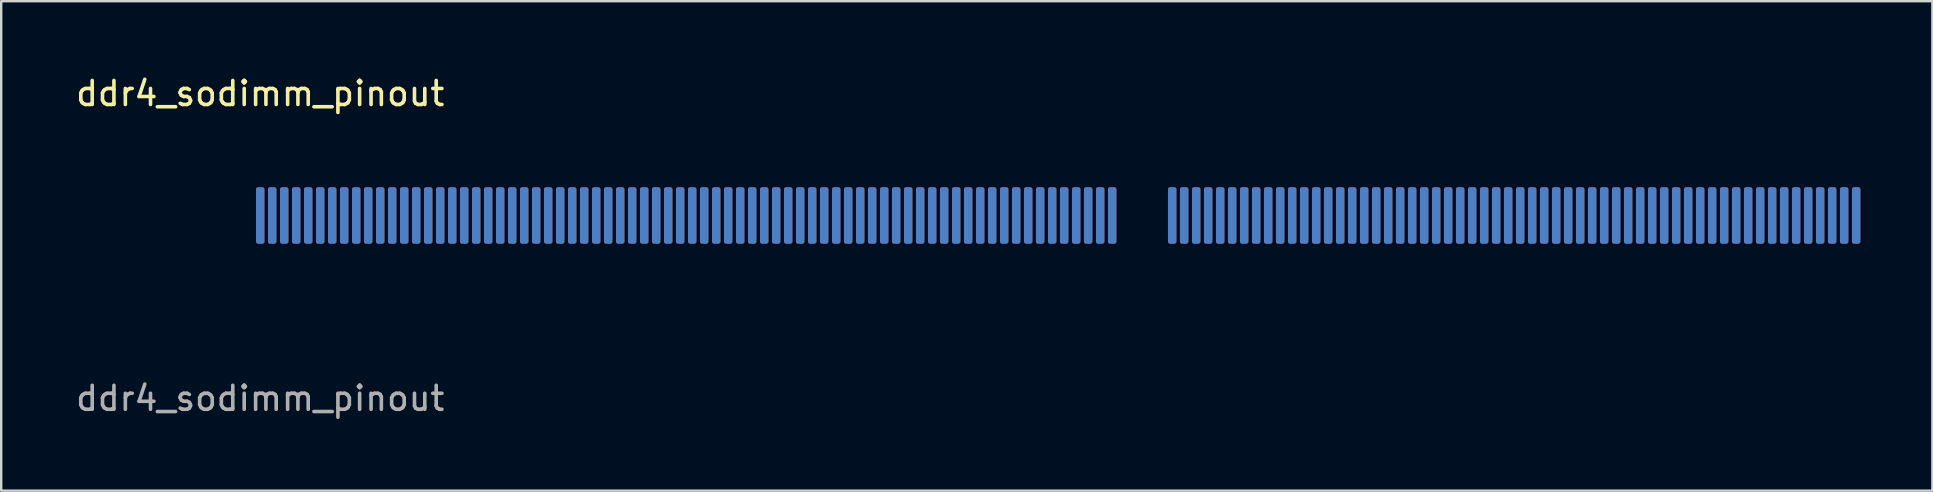
<source format=kicad_pcb>
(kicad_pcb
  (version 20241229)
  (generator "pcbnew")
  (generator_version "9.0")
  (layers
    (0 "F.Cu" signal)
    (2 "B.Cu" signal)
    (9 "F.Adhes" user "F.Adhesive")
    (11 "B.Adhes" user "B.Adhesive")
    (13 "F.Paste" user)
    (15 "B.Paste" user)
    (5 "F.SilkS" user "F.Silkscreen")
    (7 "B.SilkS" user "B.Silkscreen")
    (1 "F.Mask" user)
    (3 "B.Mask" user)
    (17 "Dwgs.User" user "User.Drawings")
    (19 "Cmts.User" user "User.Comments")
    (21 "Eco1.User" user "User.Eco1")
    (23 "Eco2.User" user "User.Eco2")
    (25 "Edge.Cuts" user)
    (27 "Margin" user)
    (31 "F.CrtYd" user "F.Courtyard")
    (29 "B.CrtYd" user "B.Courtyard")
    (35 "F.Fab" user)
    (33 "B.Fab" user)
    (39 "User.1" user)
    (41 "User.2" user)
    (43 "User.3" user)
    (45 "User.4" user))
  (footprint "ddr4_sodimm_pinout"
    (layer "F.Cu")
    (at 7.792 5.928)
    (property "Reference" "ddr4_sodimm_pinout" (at 0 -5.08 0) (unlocked yes) (layer "F.SilkS") (effects (font (size 1 1) (thickness 0.15))))
    (attr smd)
    (fp_text user "${REFERENCE}" (at 0 7.62 0) (unlocked yes) (layer "F.Fab") (effects (font (size 1 1) (thickness 0.15))))
    (pad "1" smd roundrect (at 0 0) (size 0.35 2.35) (layers "F.Cu" "F.Mask" "F.Paste") (roundrect_rratio 0.25))
    (pad "2" smd roundrect (at 0 0) (size 0.35 2.35) (layers "B.Cu" "B.Mask" "B.Paste") (roundrect_rratio 0.25))
    (pad "3" smd roundrect (at 0.5 0) (size 0.35 2.35) (layers "F.Cu" "F.Mask" "F.Paste") (roundrect_rratio 0.25))
    (pad "4" smd roundrect (at 0.5 0) (size 0.35 2.35) (layers "B.Cu" "B.Mask" "B.Paste") (roundrect_rratio 0.25))
    (pad "5" smd roundrect (at 1 0) (size 0.35 2.35) (layers "F.Cu" "F.Mask" "F.Paste") (roundrect_rratio 0.25))
    (pad "6" smd roundrect (at 1 0) (size 0.35 2.35) (layers "B.Cu" "B.Mask" "B.Paste") (roundrect_rratio 0.25))
    (pad "7" smd roundrect (at 1.5 0) (size 0.35 2.35) (layers "F.Cu" "F.Mask" "F.Paste") (roundrect_rratio 0.25))
    (pad "8" smd roundrect (at 1.5 0) (size 0.35 2.35) (layers "B.Cu" "B.Mask" "B.Paste") (roundrect_rratio 0.25))
    (pad "9" smd roundrect (at 2 0) (size 0.35 2.35) (layers "F.Cu" "F.Mask" "F.Paste") (roundrect_rratio 0.25))
    (pad "10" smd roundrect (at 2 0) (size 0.35 2.35) (layers "B.Cu" "B.Mask" "B.Paste") (roundrect_rratio 0.25))
    (pad "11" smd roundrect (at 2.5 0) (size 0.35 2.35) (layers "F.Cu" "F.Mask" "F.Paste") (roundrect_rratio 0.25))
    (pad "12" smd roundrect (at 2.5 0) (size 0.35 2.35) (layers "B.Cu" "B.Mask" "B.Paste") (roundrect_rratio 0.25))
    (pad "13" smd roundrect (at 3 0) (size 0.35 2.35) (layers "F.Cu" "F.Mask" "F.Paste") (roundrect_rratio 0.25))
    (pad "14" smd roundrect (at 3 0) (size 0.35 2.35) (layers "B.Cu" "B.Mask" "B.Paste") (roundrect_rratio 0.25))
    (pad "15" smd roundrect (at 3.5 0) (size 0.35 2.35) (layers "F.Cu" "F.Mask" "F.Paste") (roundrect_rratio 0.25))
    (pad "16" smd roundrect (at 3.5 0) (size 0.35 2.35) (layers "B.Cu" "B.Mask" "B.Paste") (roundrect_rratio 0.25))
    (pad "17" smd roundrect (at 4 0) (size 0.35 2.35) (layers "F.Cu" "F.Mask" "F.Paste") (roundrect_rratio 0.25))
    (pad "18" smd roundrect (at 4 0) (size 0.35 2.35) (layers "B.Cu" "B.Mask" "B.Paste") (roundrect_rratio 0.25))
    (pad "19" smd roundrect (at 4.5 0) (size 0.35 2.35) (layers "F.Cu" "F.Mask" "F.Paste") (roundrect_rratio 0.25))
    (pad "20" smd roundrect (at 4.5 0) (size 0.35 2.35) (layers "B.Cu" "B.Mask" "B.Paste") (roundrect_rratio 0.25))
    (pad "21" smd roundrect (at 5 0) (size 0.35 2.35) (layers "F.Cu" "F.Mask" "F.Paste") (roundrect_rratio 0.25))
    (pad "22" smd roundrect (at 5 0) (size 0.35 2.35) (layers "B.Cu" "B.Mask" "B.Paste") (roundrect_rratio 0.25))
    (pad "23" smd roundrect (at 5.5 0) (size 0.35 2.35) (layers "F.Cu" "F.Mask" "F.Paste") (roundrect_rratio 0.25))
    (pad "24" smd roundrect (at 5.5 0) (size 0.35 2.35) (layers "B.Cu" "B.Mask" "B.Paste") (roundrect_rratio 0.25))
    (pad "25" smd roundrect (at 6 0) (size 0.35 2.35) (layers "F.Cu" "F.Mask" "F.Paste") (roundrect_rratio 0.25))
    (pad "26" smd roundrect (at 6 0) (size 0.35 2.35) (layers "B.Cu" "B.Mask" "B.Paste") (roundrect_rratio 0.25))
    (pad "27" smd roundrect (at 6.5 0) (size 0.35 2.35) (layers "F.Cu" "F.Mask" "F.Paste") (roundrect_rratio 0.25))
    (pad "28" smd roundrect (at 6.5 0) (size 0.35 2.35) (layers "B.Cu" "B.Mask" "B.Paste") (roundrect_rratio 0.25))
    (pad "29" smd roundrect (at 7 0) (size 0.35 2.35) (layers "F.Cu" "F.Mask" "F.Paste") (roundrect_rratio 0.25))
    (pad "30" smd roundrect (at 7 0) (size 0.35 2.35) (layers "B.Cu" "B.Mask" "B.Paste") (roundrect_rratio 0.25))
    (pad "31" smd roundrect (at 7.5 0) (size 0.35 2.35) (layers "F.Cu" "F.Mask" "F.Paste") (roundrect_rratio 0.25))
    (pad "32" smd roundrect (at 7.5 0) (size 0.35 2.35) (layers "B.Cu" "B.Mask" "B.Paste") (roundrect_rratio 0.25))
    (pad "33" smd roundrect (at 8 0) (size 0.35 2.35) (layers "F.Cu" "F.Mask" "F.Paste") (roundrect_rratio 0.25))
    (pad "34" smd roundrect (at 8 0) (size 0.35 2.35) (layers "B.Cu" "B.Mask" "B.Paste") (roundrect_rratio 0.25))
    (pad "35" smd roundrect (at 8.5 0) (size 0.35 2.35) (layers "F.Cu" "F.Mask" "F.Paste") (roundrect_rratio 0.25))
    (pad "36" smd roundrect (at 8.5 0) (size 0.35 2.35) (layers "B.Cu" "B.Mask" "B.Paste") (roundrect_rratio 0.25))
    (pad "37" smd roundrect (at 9 0) (size 0.35 2.35) (layers "F.Cu" "F.Mask" "F.Paste") (roundrect_rratio 0.25))
    (pad "38" smd roundrect (at 9 0) (size 0.35 2.35) (layers "B.Cu" "B.Mask" "B.Paste") (roundrect_rratio 0.25))
    (pad "39" smd roundrect (at 9.5 0) (size 0.35 2.35) (layers "F.Cu" "F.Mask" "F.Paste") (roundrect_rratio 0.25))
    (pad "40" smd roundrect (at 9.5 0) (size 0.35 2.35) (layers "B.Cu" "B.Mask" "B.Paste") (roundrect_rratio 0.25))
    (pad "41" smd roundrect (at 10 0) (size 0.35 2.35) (layers "F.Cu" "F.Mask" "F.Paste") (roundrect_rratio 0.25))
    (pad "42" smd roundrect (at 10 0) (size 0.35 2.35) (layers "B.Cu" "B.Mask" "B.Paste") (roundrect_rratio 0.25))
    (pad "43" smd roundrect (at 10.5 0) (size 0.35 2.35) (layers "F.Cu" "F.Mask" "F.Paste") (roundrect_rratio 0.25))
    (pad "44" smd roundrect (at 10.5 0) (size 0.35 2.35) (layers "B.Cu" "B.Mask" "B.Paste") (roundrect_rratio 0.25))
    (pad "45" smd roundrect (at 11 0) (size 0.35 2.35) (layers "F.Cu" "F.Mask" "F.Paste") (roundrect_rratio 0.25))
    (pad "46" smd roundrect (at 11 0) (size 0.35 2.35) (layers "B.Cu" "B.Mask" "B.Paste") (roundrect_rratio 0.25))
    (pad "47" smd roundrect (at 11.5 0) (size 0.35 2.35) (layers "F.Cu" "F.Mask" "F.Paste") (roundrect_rratio 0.25))
    (pad "48" smd roundrect (at 11.5 0) (size 0.35 2.35) (layers "B.Cu" "B.Mask" "B.Paste") (roundrect_rratio 0.25))
    (pad "49" smd roundrect (at 12 0) (size 0.35 2.35) (layers "F.Cu" "F.Mask" "F.Paste") (roundrect_rratio 0.25))
    (pad "50" smd roundrect (at 12 0) (size 0.35 2.35) (layers "B.Cu" "B.Mask" "B.Paste") (roundrect_rratio 0.25))
    (pad "51" smd roundrect (at 12.5 0) (size 0.35 2.35) (layers "F.Cu" "F.Mask" "F.Paste") (roundrect_rratio 0.25))
    (pad "52" smd roundrect (at 12.5 0) (size 0.35 2.35) (layers "B.Cu" "B.Mask" "B.Paste") (roundrect_rratio 0.25))
    (pad "53" smd roundrect (at 13 0) (size 0.35 2.35) (layers "F.Cu" "F.Mask" "F.Paste") (roundrect_rratio 0.25))
    (pad "54" smd roundrect (at 13 0) (size 0.35 2.35) (layers "B.Cu" "B.Mask" "B.Paste") (roundrect_rratio 0.25))
    (pad "55" smd roundrect (at 13.5 0) (size 0.35 2.35) (layers "F.Cu" "F.Mask" "F.Paste") (roundrect_rratio 0.25))
    (pad "56" smd roundrect (at 13.5 0) (size 0.35 2.35) (layers "B.Cu" "B.Mask" "B.Paste") (roundrect_rratio 0.25))
    (pad "57" smd roundrect (at 14 0) (size 0.35 2.35) (layers "F.Cu" "F.Mask" "F.Paste") (roundrect_rratio 0.25))
    (pad "58" smd roundrect (at 14 0) (size 0.35 2.35) (layers "B.Cu" "B.Mask" "B.Paste") (roundrect_rratio 0.25))
    (pad "59" smd roundrect (at 14.5 0) (size 0.35 2.35) (layers "F.Cu" "F.Mask" "F.Paste") (roundrect_rratio 0.25))
    (pad "60" smd roundrect (at 14.5 0) (size 0.35 2.35) (layers "B.Cu" "B.Mask" "B.Paste") (roundrect_rratio 0.25))
    (pad "61" smd roundrect (at 15 0) (size 0.35 2.35) (layers "F.Cu" "F.Mask" "F.Paste") (roundrect_rratio 0.25))
    (pad "62" smd roundrect (at 15 0) (size 0.35 2.35) (layers "B.Cu" "B.Mask" "B.Paste") (roundrect_rratio 0.25))
    (pad "63" smd roundrect (at 15.5 0) (size 0.35 2.35) (layers "F.Cu" "F.Mask" "F.Paste") (roundrect_rratio 0.25))
    (pad "64" smd roundrect (at 15.5 0) (size 0.35 2.35) (layers "B.Cu" "B.Mask" "B.Paste") (roundrect_rratio 0.25))
    (pad "65" smd roundrect (at 16 0) (size 0.35 2.35) (layers "F.Cu" "F.Mask" "F.Paste") (roundrect_rratio 0.25))
    (pad "66" smd roundrect (at 16 0) (size 0.35 2.35) (layers "B.Cu" "B.Mask" "B.Paste") (roundrect_rratio 0.25))
    (pad "67" smd roundrect (at 16.5 0) (size 0.35 2.35) (layers "F.Cu" "F.Mask" "F.Paste") (roundrect_rratio 0.25))
    (pad "68" smd roundrect (at 16.5 0) (size 0.35 2.35) (layers "B.Cu" "B.Mask" "B.Paste") (roundrect_rratio 0.25))
    (pad "69" smd roundrect (at 17 0) (size 0.35 2.35) (layers "F.Cu" "F.Mask" "F.Paste") (roundrect_rratio 0.25))
    (pad "70" smd roundrect (at 17 0) (size 0.35 2.35) (layers "B.Cu" "B.Mask" "B.Paste") (roundrect_rratio 0.25))
    (pad "71" smd roundrect (at 17.5 0) (size 0.35 2.35) (layers "F.Cu" "F.Mask" "F.Paste") (roundrect_rratio 0.25))
    (pad "72" smd roundrect (at 17.5 0) (size 0.35 2.35) (layers "B.Cu" "B.Mask" "B.Paste") (roundrect_rratio 0.25))
    (pad "73" smd roundrect (at 18 0) (size 0.35 2.35) (layers "F.Cu" "F.Mask" "F.Paste") (roundrect_rratio 0.25))
    (pad "74" smd roundrect (at 18 0) (size 0.35 2.35) (layers "B.Cu" "B.Mask" "B.Paste") (roundrect_rratio 0.25))
    (pad "75" smd roundrect (at 18.5 0) (size 0.35 2.35) (layers "F.Cu" "F.Mask" "F.Paste") (roundrect_rratio 0.25))
    (pad "76" smd roundrect (at 18.5 0) (size 0.35 2.35) (layers "B.Cu" "B.Mask" "B.Paste") (roundrect_rratio 0.25))
    (pad "77" smd roundrect (at 19 0) (size 0.35 2.35) (layers "F.Cu" "F.Mask" "F.Paste") (roundrect_rratio 0.25))
    (pad "78" smd roundrect (at 19 0) (size 0.35 2.35) (layers "B.Cu" "B.Mask" "B.Paste") (roundrect_rratio 0.25))
    (pad "79" smd roundrect (at 19.5 0) (size 0.35 2.35) (layers "F.Cu" "F.Mask" "F.Paste") (roundrect_rratio 0.25))
    (pad "80" smd roundrect (at 19.5 0) (size 0.35 2.35) (layers "B.Cu" "B.Mask" "B.Paste") (roundrect_rratio 0.25))
    (pad "81" smd roundrect (at 20 0) (size 0.35 2.35) (layers "F.Cu" "F.Mask" "F.Paste") (roundrect_rratio 0.25))
    (pad "82" smd roundrect (at 20 0) (size 0.35 2.35) (layers "B.Cu" "B.Mask" "B.Paste") (roundrect_rratio 0.25))
    (pad "83" smd roundrect (at 20.5 0) (size 0.35 2.35) (layers "F.Cu" "F.Mask" "F.Paste") (roundrect_rratio 0.25))
    (pad "84" smd roundrect (at 20.5 0) (size 0.35 2.35) (layers "B.Cu" "B.Mask" "B.Paste") (roundrect_rratio 0.25))
    (pad "85" smd roundrect (at 21 0) (size 0.35 2.35) (layers "F.Cu" "F.Mask" "F.Paste") (roundrect_rratio 0.25))
    (pad "86" smd roundrect (at 21 0) (size 0.35 2.35) (layers "B.Cu" "B.Mask" "B.Paste") (roundrect_rratio 0.25))
    (pad "87" smd roundrect (at 21.5 0) (size 0.35 2.35) (layers "F.Cu" "F.Mask" "F.Paste") (roundrect_rratio 0.25))
    (pad "88" smd roundrect (at 21.5 0) (size 0.35 2.35) (layers "B.Cu" "B.Mask" "B.Paste") (roundrect_rratio 0.25))
    (pad "89" smd roundrect (at 22 0) (size 0.35 2.35) (layers "F.Cu" "F.Mask" "F.Paste") (roundrect_rratio 0.25))
    (pad "90" smd roundrect (at 22 0) (size 0.35 2.35) (layers "B.Cu" "B.Mask" "B.Paste") (roundrect_rratio 0.25))
    (pad "91" smd roundrect (at 22.5 0) (size 0.35 2.35) (layers "F.Cu" "F.Mask" "F.Paste") (roundrect_rratio 0.25))
    (pad "92" smd roundrect (at 22.5 0) (size 0.35 2.35) (layers "B.Cu" "B.Mask" "B.Paste") (roundrect_rratio 0.25))
    (pad "93" smd roundrect (at 23 0) (size 0.35 2.35) (layers "F.Cu" "F.Mask" "F.Paste") (roundrect_rratio 0.25))
    (pad "94" smd roundrect (at 23 0) (size 0.35 2.35) (layers "B.Cu" "B.Mask" "B.Paste") (roundrect_rratio 0.25))
    (pad "95" smd roundrect (at 23.5 0) (size 0.35 2.35) (layers "F.Cu" "F.Mask" "F.Paste") (roundrect_rratio 0.25))
    (pad "96" smd roundrect (at 23.5 0) (size 0.35 2.35) (layers "B.Cu" "B.Mask" "B.Paste") (roundrect_rratio 0.25))
    (pad "97" smd roundrect (at 24 0) (size 0.35 2.35) (layers "F.Cu" "F.Mask" "F.Paste") (roundrect_rratio 0.25))
    (pad "98" smd roundrect (at 24 0) (size 0.35 2.35) (layers "B.Cu" "B.Mask" "B.Paste") (roundrect_rratio 0.25))
    (pad "99" smd roundrect (at 24.5 0) (size 0.35 2.35) (layers "F.Cu" "F.Mask" "F.Paste") (roundrect_rratio 0.25))
    (pad "100" smd roundrect (at 24.5 0) (size 0.35 2.35) (layers "B.Cu" "B.Mask" "B.Paste") (roundrect_rratio 0.25))
    (pad "101" smd roundrect (at 25 0) (size 0.35 2.35) (layers "F.Cu" "F.Mask" "F.Paste") (roundrect_rratio 0.25))
    (pad "102" smd roundrect (at 25 0) (size 0.35 2.35) (layers "B.Cu" "B.Mask" "B.Paste") (roundrect_rratio 0.25))
    (pad "103" smd roundrect (at 25.5 0) (size 0.35 2.35) (layers "F.Cu" "F.Mask" "F.Paste") (roundrect_rratio 0.25))
    (pad "104" smd roundrect (at 25.5 0) (size 0.35 2.35) (layers "B.Cu" "B.Mask" "B.Paste") (roundrect_rratio 0.25))
    (pad "105" smd roundrect (at 26 0) (size 0.35 2.35) (layers "F.Cu" "F.Mask" "F.Paste") (roundrect_rratio 0.25))
    (pad "106" smd roundrect (at 26 0) (size 0.35 2.35) (layers "B.Cu" "B.Mask" "B.Paste") (roundrect_rratio 0.25))
    (pad "107" smd roundrect (at 26.5 0) (size 0.35 2.35) (layers "F.Cu" "F.Mask" "F.Paste") (roundrect_rratio 0.25))
    (pad "108" smd roundrect (at 26.5 0) (size 0.35 2.35) (layers "B.Cu" "B.Mask" "B.Paste") (roundrect_rratio 0.25))
    (pad "109" smd roundrect (at 27 0) (size 0.35 2.35) (layers "F.Cu" "F.Mask" "F.Paste") (roundrect_rratio 0.25))
    (pad "110" smd roundrect (at 27 0) (size 0.35 2.35) (layers "B.Cu" "B.Mask" "B.Paste") (roundrect_rratio 0.25))
    (pad "111" smd roundrect (at 27.5 0) (size 0.35 2.35) (layers "F.Cu" "F.Mask" "F.Paste") (roundrect_rratio 0.25))
    (pad "112" smd roundrect (at 27.5 0) (size 0.35 2.35) (layers "B.Cu" "B.Mask" "B.Paste") (roundrect_rratio 0.25))
    (pad "113" smd roundrect (at 28 0) (size 0.35 2.35) (layers "F.Cu" "F.Mask" "F.Paste") (roundrect_rratio 0.25))
    (pad "114" smd roundrect (at 28 0) (size 0.35 2.35) (layers "B.Cu" "B.Mask" "B.Paste") (roundrect_rratio 0.25))
    (pad "115" smd roundrect (at 28.5 0) (size 0.35 2.35) (layers "F.Cu" "F.Mask" "F.Paste") (roundrect_rratio 0.25))
    (pad "116" smd roundrect (at 28.5 0) (size 0.35 2.35) (layers "B.Cu" "B.Mask" "B.Paste") (roundrect_rratio 0.25))
    (pad "117" smd roundrect (at 29 0) (size 0.35 2.35) (layers "F.Cu" "F.Mask" "F.Paste") (roundrect_rratio 0.25))
    (pad "118" smd roundrect (at 29 0) (size 0.35 2.35) (layers "B.Cu" "B.Mask" "B.Paste") (roundrect_rratio 0.25))
    (pad "119" smd roundrect (at 29.5 0) (size 0.35 2.35) (layers "F.Cu" "F.Mask" "F.Paste") (roundrect_rratio 0.25))
    (pad "120" smd roundrect (at 29.5 0) (size 0.35 2.35) (layers "B.Cu" "B.Mask" "B.Paste") (roundrect_rratio 0.25))
    (pad "121" smd roundrect (at 30 0) (size 0.35 2.35) (layers "F.Cu" "F.Mask" "F.Paste") (roundrect_rratio 0.25))
    (pad "122" smd roundrect (at 30 0) (size 0.35 2.35) (layers "B.Cu" "B.Mask" "B.Paste") (roundrect_rratio 0.25))
    (pad "123" smd roundrect (at 30.5 0) (size 0.35 2.35) (layers "F.Cu" "F.Mask" "F.Paste") (roundrect_rratio 0.25))
    (pad "124" smd roundrect (at 30.5 0) (size 0.35 2.35) (layers "B.Cu" "B.Mask" "B.Paste") (roundrect_rratio 0.25))
    (pad "125" smd roundrect (at 31 0) (size 0.35 2.35) (layers "F.Cu" "F.Mask" "F.Paste") (roundrect_rratio 0.25))
    (pad "126" smd roundrect (at 31 0) (size 0.35 2.35) (layers "B.Cu" "B.Mask" "B.Paste") (roundrect_rratio 0.25))
    (pad "127" smd roundrect (at 31.5 0) (size 0.35 2.35) (layers "F.Cu" "F.Mask" "F.Paste") (roundrect_rratio 0.25))
    (pad "128" smd roundrect (at 31.5 0) (size 0.35 2.35) (layers "B.Cu" "B.Mask" "B.Paste") (roundrect_rratio 0.25))
    (pad "129" smd roundrect (at 32 0) (size 0.35 2.35) (layers "F.Cu" "F.Mask" "F.Paste") (roundrect_rratio 0.25))
    (pad "130" smd roundrect (at 32 0) (size 0.35 2.35) (layers "B.Cu" "B.Mask" "B.Paste") (roundrect_rratio 0.25))
    (pad "131" smd roundrect (at 32.5 0) (size 0.35 2.35) (layers "F.Cu" "F.Mask" "F.Paste") (roundrect_rratio 0.25))
    (pad "132" smd roundrect (at 32.5 0) (size 0.35 2.35) (layers "B.Cu" "B.Mask" "B.Paste") (roundrect_rratio 0.25))
    (pad "133" smd roundrect (at 33 0) (size 0.35 2.35) (layers "F.Cu" "F.Mask" "F.Paste") (roundrect_rratio 0.25))
    (pad "134" smd roundrect (at 33 0) (size 0.35 2.35) (layers "B.Cu" "B.Mask" "B.Paste") (roundrect_rratio 0.25))
    (pad "135" smd roundrect (at 33.5 0) (size 0.35 2.35) (layers "F.Cu" "F.Mask" "F.Paste") (roundrect_rratio 0.25))
    (pad "136" smd roundrect (at 33.5 0) (size 0.35 2.35) (layers "B.Cu" "B.Mask" "B.Paste") (roundrect_rratio 0.25))
    (pad "137" smd roundrect (at 34 0) (size 0.35 2.35) (layers "F.Cu" "F.Mask" "F.Paste") (roundrect_rratio 0.25))
    (pad "138" smd roundrect (at 34 0) (size 0.35 2.35) (layers "B.Cu" "B.Mask" "B.Paste") (roundrect_rratio 0.25))
    (pad "139" smd roundrect (at 34.5 0) (size 0.35 2.35) (layers "F.Cu" "F.Mask" "F.Paste") (roundrect_rratio 0.25))
    (pad "140" smd roundrect (at 34.5 0) (size 0.35 2.35) (layers "B.Cu" "B.Mask" "B.Paste") (roundrect_rratio 0.25))
    (pad "141" smd roundrect (at 35 0) (size 0.35 2.35) (layers "F.Cu" "F.Mask" "F.Paste") (roundrect_rratio 0.25))
    (pad "142" smd roundrect (at 35 0) (size 0.35 2.35) (layers "B.Cu" "B.Mask" "B.Paste") (roundrect_rratio 0.25))
    (pad "143" smd roundrect (at 35.5 0) (size 0.35 2.35) (layers "F.Cu" "F.Mask" "F.Paste") (roundrect_rratio 0.25))
    (pad "144" smd roundrect (at 35.5 0) (size 0.35 2.35) (layers "B.Cu" "B.Mask" "B.Paste") (roundrect_rratio 0.25))
    (pad "145" smd roundrect (at 38 0) (size 0.35 2.35) (layers "F.Cu" "F.Mask" "F.Paste") (roundrect_rratio 0.25))
    (pad "146" smd roundrect (at 38 0) (size 0.35 2.35) (layers "B.Cu" "B.Mask" "B.Paste") (roundrect_rratio 0.25))
    (pad "147" smd roundrect (at 38.5 0) (size 0.35 2.35) (layers "F.Cu" "F.Mask" "F.Paste") (roundrect_rratio 0.25))
    (pad "148" smd roundrect (at 38.5 0) (size 0.35 2.35) (layers "B.Cu" "B.Mask" "B.Paste") (roundrect_rratio 0.25))
    (pad "149" smd roundrect (at 39 0) (size 0.35 2.35) (layers "F.Cu" "F.Mask" "F.Paste") (roundrect_rratio 0.25))
    (pad "150" smd roundrect (at 39 0) (size 0.35 2.35) (layers "B.Cu" "B.Mask" "B.Paste") (roundrect_rratio 0.25))
    (pad "151" smd roundrect (at 39.5 0) (size 0.35 2.35) (layers "F.Cu" "F.Mask" "F.Paste") (roundrect_rratio 0.25))
    (pad "152" smd roundrect (at 39.5 0) (size 0.35 2.35) (layers "B.Cu" "B.Mask" "B.Paste") (roundrect_rratio 0.25))
    (pad "153" smd roundrect (at 40 0) (size 0.35 2.35) (layers "F.Cu" "F.Mask" "F.Paste") (roundrect_rratio 0.25))
    (pad "154" smd roundrect (at 40 0) (size 0.35 2.35) (layers "B.Cu" "B.Mask" "B.Paste") (roundrect_rratio 0.25))
    (pad "155" smd roundrect (at 40.5 0) (size 0.35 2.35) (layers "F.Cu" "F.Mask" "F.Paste") (roundrect_rratio 0.25))
    (pad "156" smd roundrect (at 40.5 0) (size 0.35 2.35) (layers "B.Cu" "B.Mask" "B.Paste") (roundrect_rratio 0.25))
    (pad "157" smd roundrect (at 41 0) (size 0.35 2.35) (layers "F.Cu" "F.Mask" "F.Paste") (roundrect_rratio 0.25))
    (pad "158" smd roundrect (at 41 0) (size 0.35 2.35) (layers "B.Cu" "B.Mask" "B.Paste") (roundrect_rratio 0.25))
    (pad "159" smd roundrect (at 41.5 0) (size 0.35 2.35) (layers "F.Cu" "F.Mask" "F.Paste") (roundrect_rratio 0.25))
    (pad "160" smd roundrect (at 41.5 0) (size 0.35 2.35) (layers "B.Cu" "B.Mask" "B.Paste") (roundrect_rratio 0.25))
    (pad "161" smd roundrect (at 42 0) (size 0.35 2.35) (layers "F.Cu" "F.Mask" "F.Paste") (roundrect_rratio 0.25))
    (pad "162" smd roundrect (at 42 0) (size 0.35 2.35) (layers "B.Cu" "B.Mask" "B.Paste") (roundrect_rratio 0.25))
    (pad "163" smd roundrect (at 42.5 0) (size 0.35 2.35) (layers "F.Cu" "F.Mask" "F.Paste") (roundrect_rratio 0.25))
    (pad "164" smd roundrect (at 42.5 0) (size 0.35 2.35) (layers "B.Cu" "B.Mask" "B.Paste") (roundrect_rratio 0.25))
    (pad "165" smd roundrect (at 43 0) (size 0.35 2.35) (layers "F.Cu" "F.Mask" "F.Paste") (roundrect_rratio 0.25))
    (pad "166" smd roundrect (at 43 0) (size 0.35 2.35) (layers "B.Cu" "B.Mask" "B.Paste") (roundrect_rratio 0.25))
    (pad "167" smd roundrect (at 43.5 0) (size 0.35 2.35) (layers "F.Cu" "F.Mask" "F.Paste") (roundrect_rratio 0.25))
    (pad "168" smd roundrect (at 43.5 0) (size 0.35 2.35) (layers "B.Cu" "B.Mask" "B.Paste") (roundrect_rratio 0.25))
    (pad "169" smd roundrect (at 44 0) (size 0.35 2.35) (layers "F.Cu" "F.Mask" "F.Paste") (roundrect_rratio 0.25))
    (pad "170" smd roundrect (at 44 0) (size 0.35 2.35) (layers "B.Cu" "B.Mask" "B.Paste") (roundrect_rratio 0.25))
    (pad "171" smd roundrect (at 44.5 0) (size 0.35 2.35) (layers "F.Cu" "F.Mask" "F.Paste") (roundrect_rratio 0.25))
    (pad "172" smd roundrect (at 44.5 0) (size 0.35 2.35) (layers "B.Cu" "B.Mask" "B.Paste") (roundrect_rratio 0.25))
    (pad "173" smd roundrect (at 45 0) (size 0.35 2.35) (layers "F.Cu" "F.Mask" "F.Paste") (roundrect_rratio 0.25))
    (pad "174" smd roundrect (at 45 0) (size 0.35 2.35) (layers "B.Cu" "B.Mask" "B.Paste") (roundrect_rratio 0.25))
    (pad "175" smd roundrect (at 45.5 0) (size 0.35 2.35) (layers "F.Cu" "F.Mask" "F.Paste") (roundrect_rratio 0.25))
    (pad "176" smd roundrect (at 45.5 0) (size 0.35 2.35) (layers "B.Cu" "B.Mask" "B.Paste") (roundrect_rratio 0.25))
    (pad "177" smd roundrect (at 46 0) (size 0.35 2.35) (layers "F.Cu" "F.Mask" "F.Paste") (roundrect_rratio 0.25))
    (pad "178" smd roundrect (at 46 0) (size 0.35 2.35) (layers "B.Cu" "B.Mask" "B.Paste") (roundrect_rratio 0.25))
    (pad "179" smd roundrect (at 46.5 0) (size 0.35 2.35) (layers "F.Cu" "F.Mask" "F.Paste") (roundrect_rratio 0.25))
    (pad "180" smd roundrect (at 46.5 0) (size 0.35 2.35) (layers "B.Cu" "B.Mask" "B.Paste") (roundrect_rratio 0.25))
    (pad "181" smd roundrect (at 47 0) (size 0.35 2.35) (layers "F.Cu" "F.Mask" "F.Paste") (roundrect_rratio 0.25))
    (pad "182" smd roundrect (at 47 0) (size 0.35 2.35) (layers "B.Cu" "B.Mask" "B.Paste") (roundrect_rratio 0.25))
    (pad "183" smd roundrect (at 47.5 0) (size 0.35 2.35) (layers "F.Cu" "F.Mask" "F.Paste") (roundrect_rratio 0.25))
    (pad "184" smd roundrect (at 47.5 0) (size 0.35 2.35) (layers "B.Cu" "B.Mask" "B.Paste") (roundrect_rratio 0.25))
    (pad "185" smd roundrect (at 48 0) (size 0.35 2.35) (layers "F.Cu" "F.Mask" "F.Paste") (roundrect_rratio 0.25))
    (pad "186" smd roundrect (at 48 0) (size 0.35 2.35) (layers "B.Cu" "B.Mask" "B.Paste") (roundrect_rratio 0.25))
    (pad "187" smd roundrect (at 48.5 0) (size 0.35 2.35) (layers "F.Cu" "F.Mask" "F.Paste") (roundrect_rratio 0.25))
    (pad "188" smd roundrect (at 48.5 0) (size 0.35 2.35) (layers "B.Cu" "B.Mask" "B.Paste") (roundrect_rratio 0.25))
    (pad "189" smd roundrect (at 49 0) (size 0.35 2.35) (layers "F.Cu" "F.Mask" "F.Paste") (roundrect_rratio 0.25))
    (pad "190" smd roundrect (at 49 0) (size 0.35 2.35) (layers "B.Cu" "B.Mask" "B.Paste") (roundrect_rratio 0.25))
    (pad "191" smd roundrect (at 49.5 0) (size 0.35 2.35) (layers "F.Cu" "F.Mask" "F.Paste") (roundrect_rratio 0.25))
    (pad "192" smd roundrect (at 49.5 0) (size 0.35 2.35) (layers "B.Cu" "B.Mask" "B.Paste") (roundrect_rratio 0.25))
    (pad "193" smd roundrect (at 50 0) (size 0.35 2.35) (layers "F.Cu" "F.Mask" "F.Paste") (roundrect_rratio 0.25))
    (pad "194" smd roundrect (at 50 0) (size 0.35 2.35) (layers "B.Cu" "B.Mask" "B.Paste") (roundrect_rratio 0.25))
    (pad "195" smd roundrect (at 50.5 0) (size 0.35 2.35) (layers "F.Cu" "F.Mask" "F.Paste") (roundrect_rratio 0.25))
    (pad "196" smd roundrect (at 50.5 0) (size 0.35 2.35) (layers "B.Cu" "B.Mask" "B.Paste") (roundrect_rratio 0.25))
    (pad "197" smd roundrect (at 51 0) (size 0.35 2.35) (layers "F.Cu" "F.Mask" "F.Paste") (roundrect_rratio 0.25))
    (pad "198" smd roundrect (at 51 0) (size 0.35 2.35) (layers "B.Cu" "B.Mask" "B.Paste") (roundrect_rratio 0.25))
    (pad "199" smd roundrect (at 51.5 0) (size 0.35 2.35) (layers "F.Cu" "F.Mask" "F.Paste") (roundrect_rratio 0.25))
    (pad "200" smd roundrect (at 51.5 0) (size 0.35 2.35) (layers "B.Cu" "B.Mask" "B.Paste") (roundrect_rratio 0.25))
    (pad "201" smd roundrect (at 52 0) (size 0.35 2.35) (layers "F.Cu" "F.Mask" "F.Paste") (roundrect_rratio 0.25))
    (pad "202" smd roundrect (at 52 0) (size 0.35 2.35) (layers "B.Cu" "B.Mask" "B.Paste") (roundrect_rratio 0.25))
    (pad "203" smd roundrect (at 52.5 0) (size 0.35 2.35) (layers "F.Cu" "F.Mask" "F.Paste") (roundrect_rratio 0.25))
    (pad "204" smd roundrect (at 52.5 0) (size 0.35 2.35) (layers "B.Cu" "B.Mask" "B.Paste") (roundrect_rratio 0.25))
    (pad "205" smd roundrect (at 53 0) (size 0.35 2.35) (layers "F.Cu" "F.Mask" "F.Paste") (roundrect_rratio 0.25))
    (pad "206" smd roundrect (at 53 0) (size 0.35 2.35) (layers "B.Cu" "B.Mask" "B.Paste") (roundrect_rratio 0.25))
    (pad "207" smd roundrect (at 53.5 0) (size 0.35 2.35) (layers "F.Cu" "F.Mask" "F.Paste") (roundrect_rratio 0.25))
    (pad "208" smd roundrect (at 53.5 0) (size 0.35 2.35) (layers "B.Cu" "B.Mask" "B.Paste") (roundrect_rratio 0.25))
    (pad "209" smd roundrect (at 54 0) (size 0.35 2.35) (layers "F.Cu" "F.Mask" "F.Paste") (roundrect_rratio 0.25))
    (pad "210" smd roundrect (at 54 0) (size 0.35 2.35) (layers "B.Cu" "B.Mask" "B.Paste") (roundrect_rratio 0.25))
    (pad "211" smd roundrect (at 54.5 0) (size 0.35 2.35) (layers "F.Cu" "F.Mask" "F.Paste") (roundrect_rratio 0.25))
    (pad "212" smd roundrect (at 54.5 0) (size 0.35 2.35) (layers "B.Cu" "B.Mask" "B.Paste") (roundrect_rratio 0.25))
    (pad "213" smd roundrect (at 55 0) (size 0.35 2.35) (layers "F.Cu" "F.Mask" "F.Paste") (roundrect_rratio 0.25))
    (pad "214" smd roundrect (at 55 0) (size 0.35 2.35) (layers "B.Cu" "B.Mask" "B.Paste") (roundrect_rratio 0.25))
    (pad "215" smd roundrect (at 55.5 0) (size 0.35 2.35) (layers "F.Cu" "F.Mask" "F.Paste") (roundrect_rratio 0.25))
    (pad "216" smd roundrect (at 55.5 0) (size 0.35 2.35) (layers "B.Cu" "B.Mask" "B.Paste") (roundrect_rratio 0.25))
    (pad "217" smd roundrect (at 56 0) (size 0.35 2.35) (layers "F.Cu" "F.Mask" "F.Paste") (roundrect_rratio 0.25))
    (pad "218" smd roundrect (at 56 0) (size 0.35 2.35) (layers "B.Cu" "B.Mask" "B.Paste") (roundrect_rratio 0.25))
    (pad "219" smd roundrect (at 56.5 0) (size 0.35 2.35) (layers "F.Cu" "F.Mask" "F.Paste") (roundrect_rratio 0.25))
    (pad "220" smd roundrect (at 56.5 0) (size 0.35 2.35) (layers "B.Cu" "B.Mask" "B.Paste") (roundrect_rratio 0.25))
    (pad "221" smd roundrect (at 57 0) (size 0.35 2.35) (layers "F.Cu" "F.Mask" "F.Paste") (roundrect_rratio 0.25))
    (pad "222" smd roundrect (at 57 0) (size 0.35 2.35) (layers "B.Cu" "B.Mask" "B.Paste") (roundrect_rratio 0.25))
    (pad "223" smd roundrect (at 57.5 0) (size 0.35 2.35) (layers "F.Cu" "F.Mask" "F.Paste") (roundrect_rratio 0.25))
    (pad "224" smd roundrect (at 57.5 0) (size 0.35 2.35) (layers "B.Cu" "B.Mask" "B.Paste") (roundrect_rratio 0.25))
    (pad "225" smd roundrect (at 58 0) (size 0.35 2.35) (layers "F.Cu" "F.Mask" "F.Paste") (roundrect_rratio 0.25))
    (pad "226" smd roundrect (at 58 0) (size 0.35 2.35) (layers "B.Cu" "B.Mask" "B.Paste") (roundrect_rratio 0.25))
    (pad "227" smd roundrect (at 58.5 0) (size 0.35 2.35) (layers "F.Cu" "F.Mask" "F.Paste") (roundrect_rratio 0.25))
    (pad "228" smd roundrect (at 58.5 0) (size 0.35 2.35) (layers "B.Cu" "B.Mask" "B.Paste") (roundrect_rratio 0.25))
    (pad "229" smd roundrect (at 59 0) (size 0.35 2.35) (layers "F.Cu" "F.Mask" "F.Paste") (roundrect_rratio 0.25))
    (pad "230" smd roundrect (at 59 0) (size 0.35 2.35) (layers "B.Cu" "B.Mask" "B.Paste") (roundrect_rratio 0.25))
    (pad "231" smd roundrect (at 59.5 0) (size 0.35 2.35) (layers "F.Cu" "F.Mask" "F.Paste") (roundrect_rratio 0.25))
    (pad "232" smd roundrect (at 59.5 0) (size 0.35 2.35) (layers "B.Cu" "B.Mask" "B.Paste") (roundrect_rratio 0.25))
    (pad "233" smd roundrect (at 60 0) (size 0.35 2.35) (layers "F.Cu" "F.Mask" "F.Paste") (roundrect_rratio 0.25))
    (pad "234" smd roundrect (at 60 0) (size 0.35 2.35) (layers "B.Cu" "B.Mask" "B.Paste") (roundrect_rratio 0.25))
    (pad "235" smd roundrect (at 60.5 0) (size 0.35 2.35) (layers "F.Cu" "F.Mask" "F.Paste") (roundrect_rratio 0.25))
    (pad "236" smd roundrect (at 60.5 0) (size 0.35 2.35) (layers "B.Cu" "B.Mask" "B.Paste") (roundrect_rratio 0.25))
    (pad "237" smd roundrect (at 61 0) (size 0.35 2.35) (layers "F.Cu" "F.Mask" "F.Paste") (roundrect_rratio 0.25))
    (pad "238" smd roundrect (at 61 0) (size 0.35 2.35) (layers "B.Cu" "B.Mask" "B.Paste") (roundrect_rratio 0.25))
    (pad "239" smd roundrect (at 61.5 0) (size 0.35 2.35) (layers "F.Cu" "F.Mask" "F.Paste") (roundrect_rratio 0.25))
    (pad "240" smd roundrect (at 61.5 0) (size 0.35 2.35) (layers "B.Cu" "B.Mask" "B.Paste") (roundrect_rratio 0.25))
    (pad "241" smd roundrect (at 62 0) (size 0.35 2.35) (layers "F.Cu" "F.Mask" "F.Paste") (roundrect_rratio 0.25))
    (pad "242" smd roundrect (at 62 0) (size 0.35 2.35) (layers "B.Cu" "B.Mask" "B.Paste") (roundrect_rratio 0.25))
    (pad "243" smd roundrect (at 62.5 0) (size 0.35 2.35) (layers "F.Cu" "F.Mask" "F.Paste") (roundrect_rratio 0.25))
    (pad "244" smd roundrect (at 62.5 0) (size 0.35 2.35) (layers "B.Cu" "B.Mask" "B.Paste") (roundrect_rratio 0.25))
    (pad "245" smd roundrect (at 63 0) (size 0.35 2.35) (layers "F.Cu" "F.Mask" "F.Paste") (roundrect_rratio 0.25))
    (pad "246" smd roundrect (at 63 0) (size 0.35 2.35) (layers "B.Cu" "B.Mask" "B.Paste") (roundrect_rratio 0.25))
    (pad "247" smd roundrect (at 63.5 0) (size 0.35 2.35) (layers "F.Cu" "F.Mask" "F.Paste") (roundrect_rratio 0.25))
    (pad "248" smd roundrect (at 63.5 0) (size 0.35 2.35) (layers "B.Cu" "B.Mask" "B.Paste") (roundrect_rratio 0.25))
    (pad "249" smd roundrect (at 64 0) (size 0.35 2.35) (layers "F.Cu" "F.Mask" "F.Paste") (roundrect_rratio 0.25))
    (pad "250" smd roundrect (at 64 0) (size 0.35 2.35) (layers "B.Cu" "B.Mask" "B.Paste") (roundrect_rratio 0.25))
    (pad "251" smd roundrect (at 64.5 0) (size 0.35 2.35) (layers "F.Cu" "F.Mask" "F.Paste") (roundrect_rratio 0.25))
    (pad "252" smd roundrect (at 64.5 0) (size 0.35 2.35) (layers "B.Cu" "B.Mask" "B.Paste") (roundrect_rratio 0.25))
    (pad "253" smd roundrect (at 65 0) (size 0.35 2.35) (layers "F.Cu" "F.Mask" "F.Paste") (roundrect_rratio 0.25))
    (pad "254" smd roundrect (at 65 0) (size 0.35 2.35) (layers "B.Cu" "B.Mask" "B.Paste") (roundrect_rratio 0.25))
    (pad "255" smd roundrect (at 65.5 0) (size 0.35 2.35) (layers "F.Cu" "F.Mask" "F.Paste") (roundrect_rratio 0.25))
    (pad "256" smd roundrect (at 65.5 0) (size 0.35 2.35) (layers "B.Cu" "B.Mask" "B.Paste") (roundrect_rratio 0.25))
    (pad "257" smd roundrect (at 66 0) (size 0.35 2.35) (layers "F.Cu" "F.Mask" "F.Paste") (roundrect_rratio 0.25))
    (pad "258" smd roundrect (at 66 0) (size 0.35 2.35) (layers "B.Cu" "B.Mask" "B.Paste") (roundrect_rratio 0.25))
    (pad "259" smd roundrect (at 66.5 0) (size 0.35 2.35) (layers "F.Cu" "F.Mask" "F.Paste") (roundrect_rratio 0.25))
    (pad "260" smd roundrect (at 66.5 0) (size 0.35 2.35) (layers "B.Cu" "B.Mask" "B.Paste") (roundrect_rratio 0.25)))
  (gr_rect
    (start -3 -3)
    (end 77.467 17.396)
    (stroke (width 0.1) (type default))
    (fill no)
    (layer "Edge.Cuts")))
</source>
